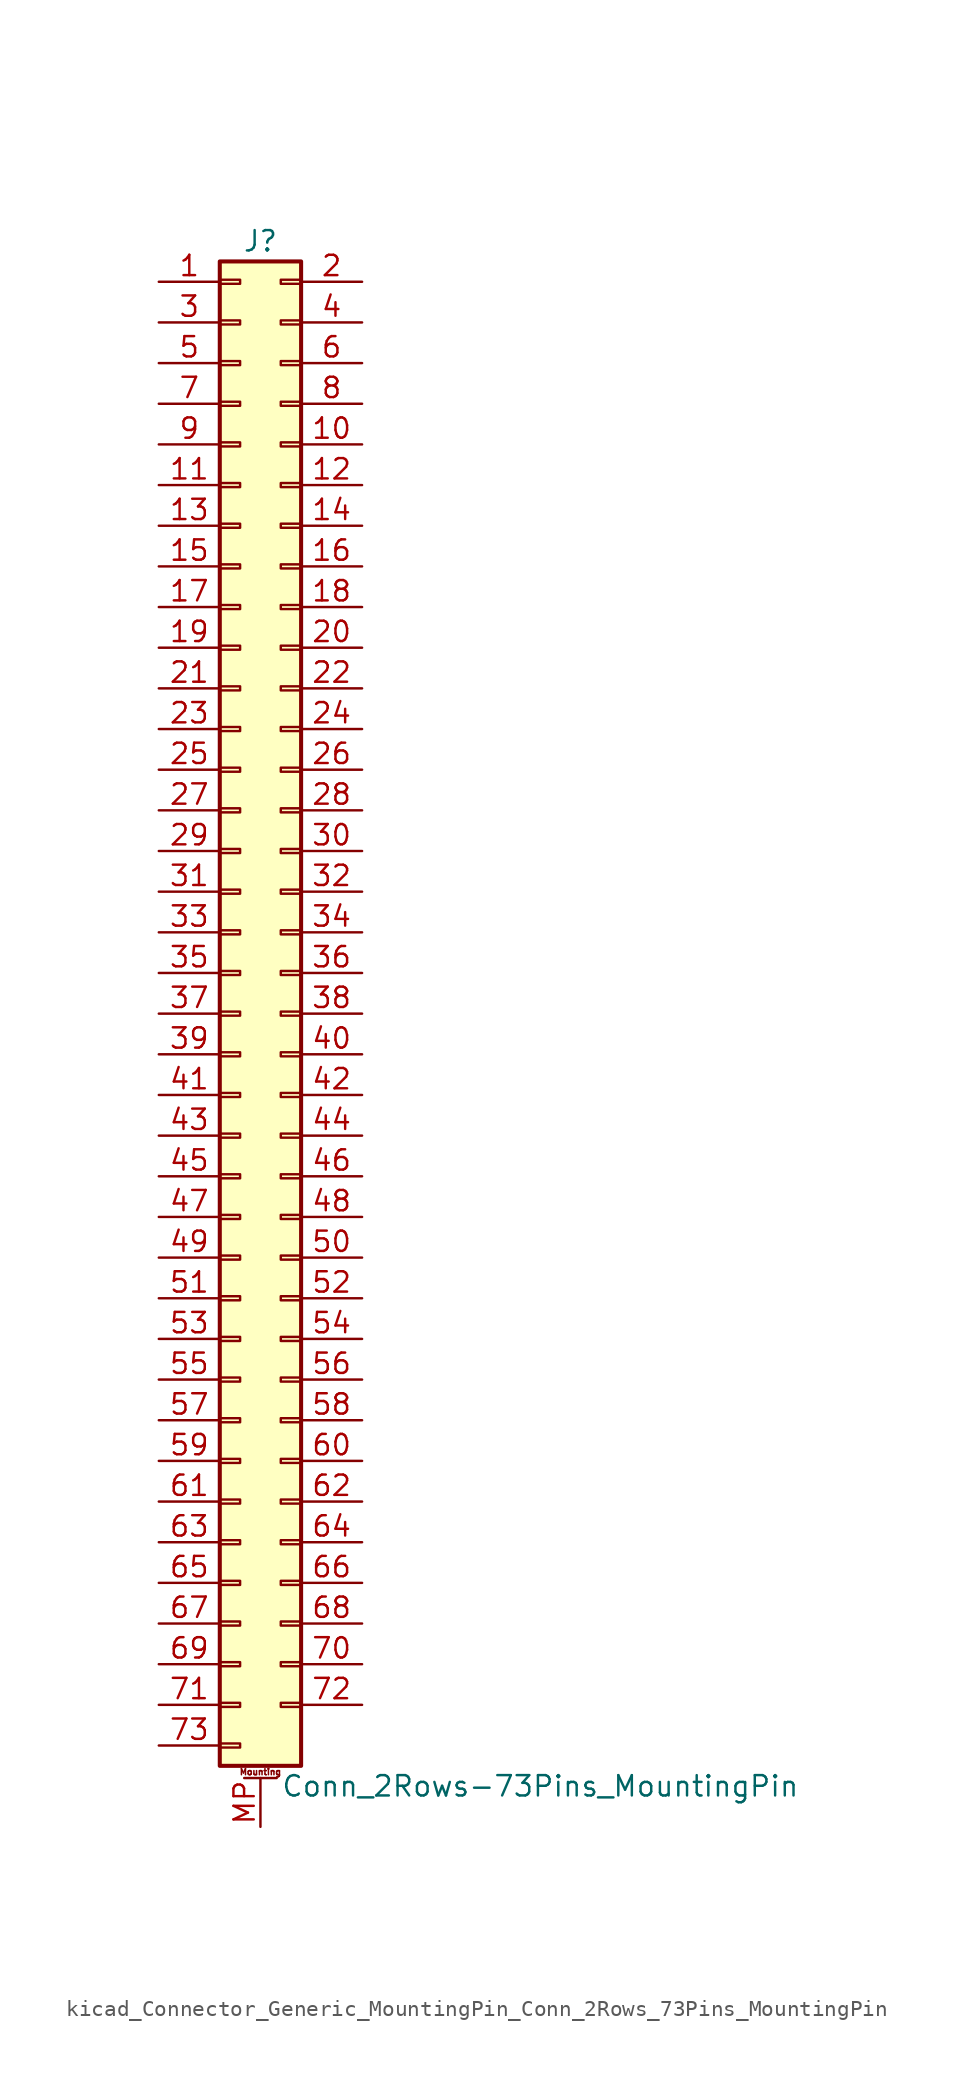
<source format=kicad_sym>
(kicad_symbol_lib
  (version 20220914)
  (generator kicad_symbol_editor)
  (symbol "kicad_Connector_Generic_MountingPin_Conn_2Rows_73Pins_MountingPin"
    (pin_names
      (offset 1.016) hide)
    (property "Reference" "J"
      (at 1.27 48.26 0)
      (effects (font (size 1.27 1.27))))
    (property "Value" "Conn_2Rows-73Pins_MountingPin"
      (at 2.54 -48.26 0)
      (effects (font (size 1.27 1.27)) (justify left)))
    (symbol "kicad_Connector_Generic_MountingPin_Conn_2Rows_73Pins_MountingPin_1_1"
      (rectangle (start -1.27 -45.593) (end 0 -45.847) (stroke (width 0.152) (type default)) (fill (type none)))
      (rectangle (start -1.27 -43.053) (end 0 -43.307) (stroke (width 0.152) (type default)) (fill (type none)))
      (rectangle (start -1.27 -40.513) (end 0 -40.767) (stroke (width 0.152) (type default)) (fill (type none)))
      (rectangle (start -1.27 -37.973) (end 0 -38.227) (stroke (width 0.152) (type default)) (fill (type none)))
      (rectangle (start -1.27 -35.433) (end 0 -35.687) (stroke (width 0.152) (type default)) (fill (type none)))
      (rectangle (start -1.27 -32.893) (end 0 -33.147) (stroke (width 0.152) (type default)) (fill (type none)))
      (rectangle (start -1.27 -30.353) (end 0 -30.607) (stroke (width 0.152) (type default)) (fill (type none)))
      (rectangle (start -1.27 -27.813) (end 0 -28.067) (stroke (width 0.152) (type default)) (fill (type none)))
      (rectangle (start -1.27 -25.273) (end 0 -25.527) (stroke (width 0.152) (type default)) (fill (type none)))
      (rectangle (start -1.27 -22.733) (end 0 -22.987) (stroke (width 0.152) (type default)) (fill (type none)))
      (rectangle (start -1.27 -20.193) (end 0 -20.447) (stroke (width 0.152) (type default)) (fill (type none)))
      (rectangle (start -1.27 -17.653) (end 0 -17.907) (stroke (width 0.152) (type default)) (fill (type none)))
      (rectangle (start -1.27 -15.113) (end 0 -15.367) (stroke (width 0.152) (type default)) (fill (type none)))
      (rectangle (start -1.27 -12.573) (end 0 -12.827) (stroke (width 0.152) (type default)) (fill (type none)))
      (rectangle (start -1.27 -10.033) (end 0 -10.287) (stroke (width 0.152) (type default)) (fill (type none)))
      (rectangle (start -1.27 -7.493) (end 0 -7.747) (stroke (width 0.152) (type default)) (fill (type none)))
      (rectangle (start -1.27 -4.953) (end 0 -5.207) (stroke (width 0.152) (type default)) (fill (type none)))
      (rectangle (start -1.27 -2.413) (end 0 -2.667) (stroke (width 0.152) (type default)) (fill (type none)))
      (rectangle (start -1.27 0.127) (end 0 -0.127) (stroke (width 0.152) (type default)) (fill (type none)))
      (rectangle (start -1.27 2.667) (end 0 2.413) (stroke (width 0.152) (type default)) (fill (type none)))
      (rectangle (start -1.27 5.207) (end 0 4.953) (stroke (width 0.152) (type default)) (fill (type none)))
      (rectangle (start -1.27 7.747) (end 0 7.493) (stroke (width 0.152) (type default)) (fill (type none)))
      (rectangle (start -1.27 10.287) (end 0 10.033) (stroke (width 0.152) (type default)) (fill (type none)))
      (rectangle (start -1.27 12.827) (end 0 12.573) (stroke (width 0.152) (type default)) (fill (type none)))
      (rectangle (start -1.27 15.367) (end 0 15.113) (stroke (width 0.152) (type default)) (fill (type none)))
      (rectangle (start -1.27 17.907) (end 0 17.653) (stroke (width 0.152) (type default)) (fill (type none)))
      (rectangle (start -1.27 20.447) (end 0 20.193) (stroke (width 0.152) (type default)) (fill (type none)))
      (rectangle (start -1.27 22.987) (end 0 22.733) (stroke (width 0.152) (type default)) (fill (type none)))
      (rectangle (start -1.27 25.527) (end 0 25.273) (stroke (width 0.152) (type default)) (fill (type none)))
      (rectangle (start -1.27 28.067) (end 0 27.813) (stroke (width 0.152) (type default)) (fill (type none)))
      (rectangle (start -1.27 30.607) (end 0 30.353) (stroke (width 0.152) (type default)) (fill (type none)))
      (rectangle (start -1.27 33.147) (end 0 32.893) (stroke (width 0.152) (type default)) (fill (type none)))
      (rectangle (start -1.27 35.687) (end 0 35.433) (stroke (width 0.152) (type default)) (fill (type none)))
      (rectangle (start -1.27 38.227) (end 0 37.973) (stroke (width 0.152) (type default)) (fill (type none)))
      (rectangle (start -1.27 40.767) (end 0 40.513) (stroke (width 0.152) (type default)) (fill (type none)))
      (rectangle (start -1.27 43.307) (end 0 43.053) (stroke (width 0.152) (type default)) (fill (type none)))
      (rectangle (start -1.27 45.847) (end 0 45.593) (stroke (width 0.152) (type default)) (fill (type none)))
      (rectangle (start -1.27 46.99) (end 3.81 -46.99) (stroke (width 0.254) (type default)) (fill (type background)))
      (polyline (pts (xy 0.254 -47.752) (xy 2.286 -47.752)) (stroke (width 0.152) (type default)) (fill (type none)))
      (rectangle (start 3.81 -43.053) (end 2.54 -43.307) (stroke (width 0.152) (type default)) (fill (type none)))
      (rectangle (start 3.81 -40.513) (end 2.54 -40.767) (stroke (width 0.152) (type default)) (fill (type none)))
      (rectangle (start 3.81 -37.973) (end 2.54 -38.227) (stroke (width 0.152) (type default)) (fill (type none)))
      (rectangle (start 3.81 -35.433) (end 2.54 -35.687) (stroke (width 0.152) (type default)) (fill (type none)))
      (rectangle (start 3.81 -32.893) (end 2.54 -33.147) (stroke (width 0.152) (type default)) (fill (type none)))
      (rectangle (start 3.81 -30.353) (end 2.54 -30.607) (stroke (width 0.152) (type default)) (fill (type none)))
      (rectangle (start 3.81 -27.813) (end 2.54 -28.067) (stroke (width 0.152) (type default)) (fill (type none)))
      (rectangle (start 3.81 -25.273) (end 2.54 -25.527) (stroke (width 0.152) (type default)) (fill (type none)))
      (rectangle (start 3.81 -22.733) (end 2.54 -22.987) (stroke (width 0.152) (type default)) (fill (type none)))
      (rectangle (start 3.81 -20.193) (end 2.54 -20.447) (stroke (width 0.152) (type default)) (fill (type none)))
      (rectangle (start 3.81 -17.653) (end 2.54 -17.907) (stroke (width 0.152) (type default)) (fill (type none)))
      (rectangle (start 3.81 -15.113) (end 2.54 -15.367) (stroke (width 0.152) (type default)) (fill (type none)))
      (rectangle (start 3.81 -12.573) (end 2.54 -12.827) (stroke (width 0.152) (type default)) (fill (type none)))
      (rectangle (start 3.81 -10.033) (end 2.54 -10.287) (stroke (width 0.152) (type default)) (fill (type none)))
      (rectangle (start 3.81 -7.493) (end 2.54 -7.747) (stroke (width 0.152) (type default)) (fill (type none)))
      (rectangle (start 3.81 -4.953) (end 2.54 -5.207) (stroke (width 0.152) (type default)) (fill (type none)))
      (rectangle (start 3.81 -2.413) (end 2.54 -2.667) (stroke (width 0.152) (type default)) (fill (type none)))
      (rectangle (start 3.81 0.127) (end 2.54 -0.127) (stroke (width 0.152) (type default)) (fill (type none)))
      (rectangle (start 3.81 2.667) (end 2.54 2.413) (stroke (width 0.152) (type default)) (fill (type none)))
      (rectangle (start 3.81 5.207) (end 2.54 4.953) (stroke (width 0.152) (type default)) (fill (type none)))
      (rectangle (start 3.81 7.747) (end 2.54 7.493) (stroke (width 0.152) (type default)) (fill (type none)))
      (rectangle (start 3.81 10.287) (end 2.54 10.033) (stroke (width 0.152) (type default)) (fill (type none)))
      (rectangle (start 3.81 12.827) (end 2.54 12.573) (stroke (width 0.152) (type default)) (fill (type none)))
      (rectangle (start 3.81 15.367) (end 2.54 15.113) (stroke (width 0.152) (type default)) (fill (type none)))
      (rectangle (start 3.81 17.907) (end 2.54 17.653) (stroke (width 0.152) (type default)) (fill (type none)))
      (rectangle (start 3.81 20.447) (end 2.54 20.193) (stroke (width 0.152) (type default)) (fill (type none)))
      (rectangle (start 3.81 22.987) (end 2.54 22.733) (stroke (width 0.152) (type default)) (fill (type none)))
      (rectangle (start 3.81 25.527) (end 2.54 25.273) (stroke (width 0.152) (type default)) (fill (type none)))
      (rectangle (start 3.81 28.067) (end 2.54 27.813) (stroke (width 0.152) (type default)) (fill (type none)))
      (rectangle (start 3.81 30.607) (end 2.54 30.353) (stroke (width 0.152) (type default)) (fill (type none)))
      (rectangle (start 3.81 33.147) (end 2.54 32.893) (stroke (width 0.152) (type default)) (fill (type none)))
      (rectangle (start 3.81 35.687) (end 2.54 35.433) (stroke (width 0.152) (type default)) (fill (type none)))
      (rectangle (start 3.81 38.227) (end 2.54 37.973) (stroke (width 0.152) (type default)) (fill (type none)))
      (rectangle (start 3.81 40.767) (end 2.54 40.513) (stroke (width 0.152) (type default)) (fill (type none)))
      (rectangle (start 3.81 43.307) (end 2.54 43.053) (stroke (width 0.152) (type default)) (fill (type none)))
      (rectangle (start 3.81 45.847) (end 2.54 45.593) (stroke (width 0.152) (type default)) (fill (type none)))
      (text "Mounting" (at 1.27 -47.371 0) (effects (font (size 0.381 0.381))))
      (pin passive line (at -5.08 45.72 0) (length 3.81) (name "Pin_1" (effects (font (size 1.27 1.27)))) (number "1" (effects (font (size 1.27 1.27)))))
      (pin passive line (at 7.62 35.56 180) (length 3.81) (name "Pin_10" (effects (font (size 1.27 1.27)))) (number "10" (effects (font (size 1.27 1.27)))))
      (pin passive line (at -5.08 33.02 0) (length 3.81) (name "Pin_11" (effects (font (size 1.27 1.27)))) (number "11" (effects (font (size 1.27 1.27)))))
      (pin passive line (at 7.62 33.02 180) (length 3.81) (name "Pin_12" (effects (font (size 1.27 1.27)))) (number "12" (effects (font (size 1.27 1.27)))))
      (pin passive line (at -5.08 30.48 0) (length 3.81) (name "Pin_13" (effects (font (size 1.27 1.27)))) (number "13" (effects (font (size 1.27 1.27)))))
      (pin passive line (at 7.62 30.48 180) (length 3.81) (name "Pin_14" (effects (font (size 1.27 1.27)))) (number "14" (effects (font (size 1.27 1.27)))))
      (pin passive line (at -5.08 27.94 0) (length 3.81) (name "Pin_15" (effects (font (size 1.27 1.27)))) (number "15" (effects (font (size 1.27 1.27)))))
      (pin passive line (at 7.62 27.94 180) (length 3.81) (name "Pin_16" (effects (font (size 1.27 1.27)))) (number "16" (effects (font (size 1.27 1.27)))))
      (pin passive line (at -5.08 25.4 0) (length 3.81) (name "Pin_17" (effects (font (size 1.27 1.27)))) (number "17" (effects (font (size 1.27 1.27)))))
      (pin passive line (at 7.62 25.4 180) (length 3.81) (name "Pin_18" (effects (font (size 1.27 1.27)))) (number "18" (effects (font (size 1.27 1.27)))))
      (pin passive line (at -5.08 22.86 0) (length 3.81) (name "Pin_19" (effects (font (size 1.27 1.27)))) (number "19" (effects (font (size 1.27 1.27)))))
      (pin passive line (at 7.62 45.72 180) (length 3.81) (name "Pin_2" (effects (font (size 1.27 1.27)))) (number "2" (effects (font (size 1.27 1.27)))))
      (pin passive line (at 7.62 22.86 180) (length 3.81) (name "Pin_20" (effects (font (size 1.27 1.27)))) (number "20" (effects (font (size 1.27 1.27)))))
      (pin passive line (at -5.08 20.32 0) (length 3.81) (name "Pin_21" (effects (font (size 1.27 1.27)))) (number "21" (effects (font (size 1.27 1.27)))))
      (pin passive line (at 7.62 20.32 180) (length 3.81) (name "Pin_22" (effects (font (size 1.27 1.27)))) (number "22" (effects (font (size 1.27 1.27)))))
      (pin passive line (at -5.08 17.78 0) (length 3.81) (name "Pin_23" (effects (font (size 1.27 1.27)))) (number "23" (effects (font (size 1.27 1.27)))))
      (pin passive line (at 7.62 17.78 180) (length 3.81) (name "Pin_24" (effects (font (size 1.27 1.27)))) (number "24" (effects (font (size 1.27 1.27)))))
      (pin passive line (at -5.08 15.24 0) (length 3.81) (name "Pin_25" (effects (font (size 1.27 1.27)))) (number "25" (effects (font (size 1.27 1.27)))))
      (pin passive line (at 7.62 15.24 180) (length 3.81) (name "Pin_26" (effects (font (size 1.27 1.27)))) (number "26" (effects (font (size 1.27 1.27)))))
      (pin passive line (at -5.08 12.7 0) (length 3.81) (name "Pin_27" (effects (font (size 1.27 1.27)))) (number "27" (effects (font (size 1.27 1.27)))))
      (pin passive line (at 7.62 12.7 180) (length 3.81) (name "Pin_28" (effects (font (size 1.27 1.27)))) (number "28" (effects (font (size 1.27 1.27)))))
      (pin passive line (at -5.08 10.16 0) (length 3.81) (name "Pin_29" (effects (font (size 1.27 1.27)))) (number "29" (effects (font (size 1.27 1.27)))))
      (pin passive line (at -5.08 43.18 0) (length 3.81) (name "Pin_3" (effects (font (size 1.27 1.27)))) (number "3" (effects (font (size 1.27 1.27)))))
      (pin passive line (at 7.62 10.16 180) (length 3.81) (name "Pin_30" (effects (font (size 1.27 1.27)))) (number "30" (effects (font (size 1.27 1.27)))))
      (pin passive line (at -5.08 7.62 0) (length 3.81) (name "Pin_31" (effects (font (size 1.27 1.27)))) (number "31" (effects (font (size 1.27 1.27)))))
      (pin passive line (at 7.62 7.62 180) (length 3.81) (name "Pin_32" (effects (font (size 1.27 1.27)))) (number "32" (effects (font (size 1.27 1.27)))))
      (pin passive line (at -5.08 5.08 0) (length 3.81) (name "Pin_33" (effects (font (size 1.27 1.27)))) (number "33" (effects (font (size 1.27 1.27)))))
      (pin passive line (at 7.62 5.08 180) (length 3.81) (name "Pin_34" (effects (font (size 1.27 1.27)))) (number "34" (effects (font (size 1.27 1.27)))))
      (pin passive line (at -5.08 2.54 0) (length 3.81) (name "Pin_35" (effects (font (size 1.27 1.27)))) (number "35" (effects (font (size 1.27 1.27)))))
      (pin passive line (at 7.62 2.54 180) (length 3.81) (name "Pin_36" (effects (font (size 1.27 1.27)))) (number "36" (effects (font (size 1.27 1.27)))))
      (pin passive line (at -5.08 0 0) (length 3.81) (name "Pin_37" (effects (font (size 1.27 1.27)))) (number "37" (effects (font (size 1.27 1.27)))))
      (pin passive line (at 7.62 0 180) (length 3.81) (name "Pin_38" (effects (font (size 1.27 1.27)))) (number "38" (effects (font (size 1.27 1.27)))))
      (pin passive line (at -5.08 -2.54 0) (length 3.81) (name "Pin_39" (effects (font (size 1.27 1.27)))) (number "39" (effects (font (size 1.27 1.27)))))
      (pin passive line (at 7.62 43.18 180) (length 3.81) (name "Pin_4" (effects (font (size 1.27 1.27)))) (number "4" (effects (font (size 1.27 1.27)))))
      (pin passive line (at 7.62 -2.54 180) (length 3.81) (name "Pin_40" (effects (font (size 1.27 1.27)))) (number "40" (effects (font (size 1.27 1.27)))))
      (pin passive line (at -5.08 -5.08 0) (length 3.81) (name "Pin_41" (effects (font (size 1.27 1.27)))) (number "41" (effects (font (size 1.27 1.27)))))
      (pin passive line (at 7.62 -5.08 180) (length 3.81) (name "Pin_42" (effects (font (size 1.27 1.27)))) (number "42" (effects (font (size 1.27 1.27)))))
      (pin passive line (at -5.08 -7.62 0) (length 3.81) (name "Pin_43" (effects (font (size 1.27 1.27)))) (number "43" (effects (font (size 1.27 1.27)))))
      (pin passive line (at 7.62 -7.62 180) (length 3.81) (name "Pin_44" (effects (font (size 1.27 1.27)))) (number "44" (effects (font (size 1.27 1.27)))))
      (pin passive line (at -5.08 -10.16 0) (length 3.81) (name "Pin_45" (effects (font (size 1.27 1.27)))) (number "45" (effects (font (size 1.27 1.27)))))
      (pin passive line (at 7.62 -10.16 180) (length 3.81) (name "Pin_46" (effects (font (size 1.27 1.27)))) (number "46" (effects (font (size 1.27 1.27)))))
      (pin passive line (at -5.08 -12.7 0) (length 3.81) (name "Pin_47" (effects (font (size 1.27 1.27)))) (number "47" (effects (font (size 1.27 1.27)))))
      (pin passive line (at 7.62 -12.7 180) (length 3.81) (name "Pin_48" (effects (font (size 1.27 1.27)))) (number "48" (effects (font (size 1.27 1.27)))))
      (pin passive line (at -5.08 -15.24 0) (length 3.81) (name "Pin_49" (effects (font (size 1.27 1.27)))) (number "49" (effects (font (size 1.27 1.27)))))
      (pin passive line (at -5.08 40.64 0) (length 3.81) (name "Pin_5" (effects (font (size 1.27 1.27)))) (number "5" (effects (font (size 1.27 1.27)))))
      (pin passive line (at 7.62 -15.24 180) (length 3.81) (name "Pin_50" (effects (font (size 1.27 1.27)))) (number "50" (effects (font (size 1.27 1.27)))))
      (pin passive line (at -5.08 -17.78 0) (length 3.81) (name "Pin_51" (effects (font (size 1.27 1.27)))) (number "51" (effects (font (size 1.27 1.27)))))
      (pin passive line (at 7.62 -17.78 180) (length 3.81) (name "Pin_52" (effects (font (size 1.27 1.27)))) (number "52" (effects (font (size 1.27 1.27)))))
      (pin passive line (at -5.08 -20.32 0) (length 3.81) (name "Pin_53" (effects (font (size 1.27 1.27)))) (number "53" (effects (font (size 1.27 1.27)))))
      (pin passive line (at 7.62 -20.32 180) (length 3.81) (name "Pin_54" (effects (font (size 1.27 1.27)))) (number "54" (effects (font (size 1.27 1.27)))))
      (pin passive line (at -5.08 -22.86 0) (length 3.81) (name "Pin_55" (effects (font (size 1.27 1.27)))) (number "55" (effects (font (size 1.27 1.27)))))
      (pin passive line (at 7.62 -22.86 180) (length 3.81) (name "Pin_56" (effects (font (size 1.27 1.27)))) (number "56" (effects (font (size 1.27 1.27)))))
      (pin passive line (at -5.08 -25.4 0) (length 3.81) (name "Pin_57" (effects (font (size 1.27 1.27)))) (number "57" (effects (font (size 1.27 1.27)))))
      (pin passive line (at 7.62 -25.4 180) (length 3.81) (name "Pin_58" (effects (font (size 1.27 1.27)))) (number "58" (effects (font (size 1.27 1.27)))))
      (pin passive line (at -5.08 -27.94 0) (length 3.81) (name "Pin_59" (effects (font (size 1.27 1.27)))) (number "59" (effects (font (size 1.27 1.27)))))
      (pin passive line (at 7.62 40.64 180) (length 3.81) (name "Pin_6" (effects (font (size 1.27 1.27)))) (number "6" (effects (font (size 1.27 1.27)))))
      (pin passive line (at 7.62 -27.94 180) (length 3.81) (name "Pin_60" (effects (font (size 1.27 1.27)))) (number "60" (effects (font (size 1.27 1.27)))))
      (pin passive line (at -5.08 -30.48 0) (length 3.81) (name "Pin_61" (effects (font (size 1.27 1.27)))) (number "61" (effects (font (size 1.27 1.27)))))
      (pin passive line (at 7.62 -30.48 180) (length 3.81) (name "Pin_62" (effects (font (size 1.27 1.27)))) (number "62" (effects (font (size 1.27 1.27)))))
      (pin passive line (at -5.08 -33.02 0) (length 3.81) (name "Pin_63" (effects (font (size 1.27 1.27)))) (number "63" (effects (font (size 1.27 1.27)))))
      (pin passive line (at 7.62 -33.02 180) (length 3.81) (name "Pin_64" (effects (font (size 1.27 1.27)))) (number "64" (effects (font (size 1.27 1.27)))))
      (pin passive line (at -5.08 -35.56 0) (length 3.81) (name "Pin_65" (effects (font (size 1.27 1.27)))) (number "65" (effects (font (size 1.27 1.27)))))
      (pin passive line (at 7.62 -35.56 180) (length 3.81) (name "Pin_66" (effects (font (size 1.27 1.27)))) (number "66" (effects (font (size 1.27 1.27)))))
      (pin passive line (at -5.08 -38.1 0) (length 3.81) (name "Pin_67" (effects (font (size 1.27 1.27)))) (number "67" (effects (font (size 1.27 1.27)))))
      (pin passive line (at 7.62 -38.1 180) (length 3.81) (name "Pin_68" (effects (font (size 1.27 1.27)))) (number "68" (effects (font (size 1.27 1.27)))))
      (pin passive line (at -5.08 -40.64 0) (length 3.81) (name "Pin_69" (effects (font (size 1.27 1.27)))) (number "69" (effects (font (size 1.27 1.27)))))
      (pin passive line (at -5.08 38.1 0) (length 3.81) (name "Pin_7" (effects (font (size 1.27 1.27)))) (number "7" (effects (font (size 1.27 1.27)))))
      (pin passive line (at 7.62 -40.64 180) (length 3.81) (name "Pin_70" (effects (font (size 1.27 1.27)))) (number "70" (effects (font (size 1.27 1.27)))))
      (pin passive line (at -5.08 -43.18 0) (length 3.81) (name "Pin_71" (effects (font (size 1.27 1.27)))) (number "71" (effects (font (size 1.27 1.27)))))
      (pin passive line (at 7.62 -43.18 180) (length 3.81) (name "Pin_72" (effects (font (size 1.27 1.27)))) (number "72" (effects (font (size 1.27 1.27)))))
      (pin passive line (at -5.08 -45.72 0) (length 3.81) (name "Pin_73" (effects (font (size 1.27 1.27)))) (number "73" (effects (font (size 1.27 1.27)))))
      (pin passive line (at 7.62 38.1 180) (length 3.81) (name "Pin_8" (effects (font (size 1.27 1.27)))) (number "8" (effects (font (size 1.27 1.27)))))
      (pin passive line (at -5.08 35.56 0) (length 3.81) (name "Pin_9" (effects (font (size 1.27 1.27)))) (number "9" (effects (font (size 1.27 1.27)))))
      (pin passive line (at 1.27 -50.8 90) (length 3.048) (name "MountPin" (effects (font (size 1.27 1.27)))) (number "MP" (effects (font (size 1.27 1.27))))))))
</source>
